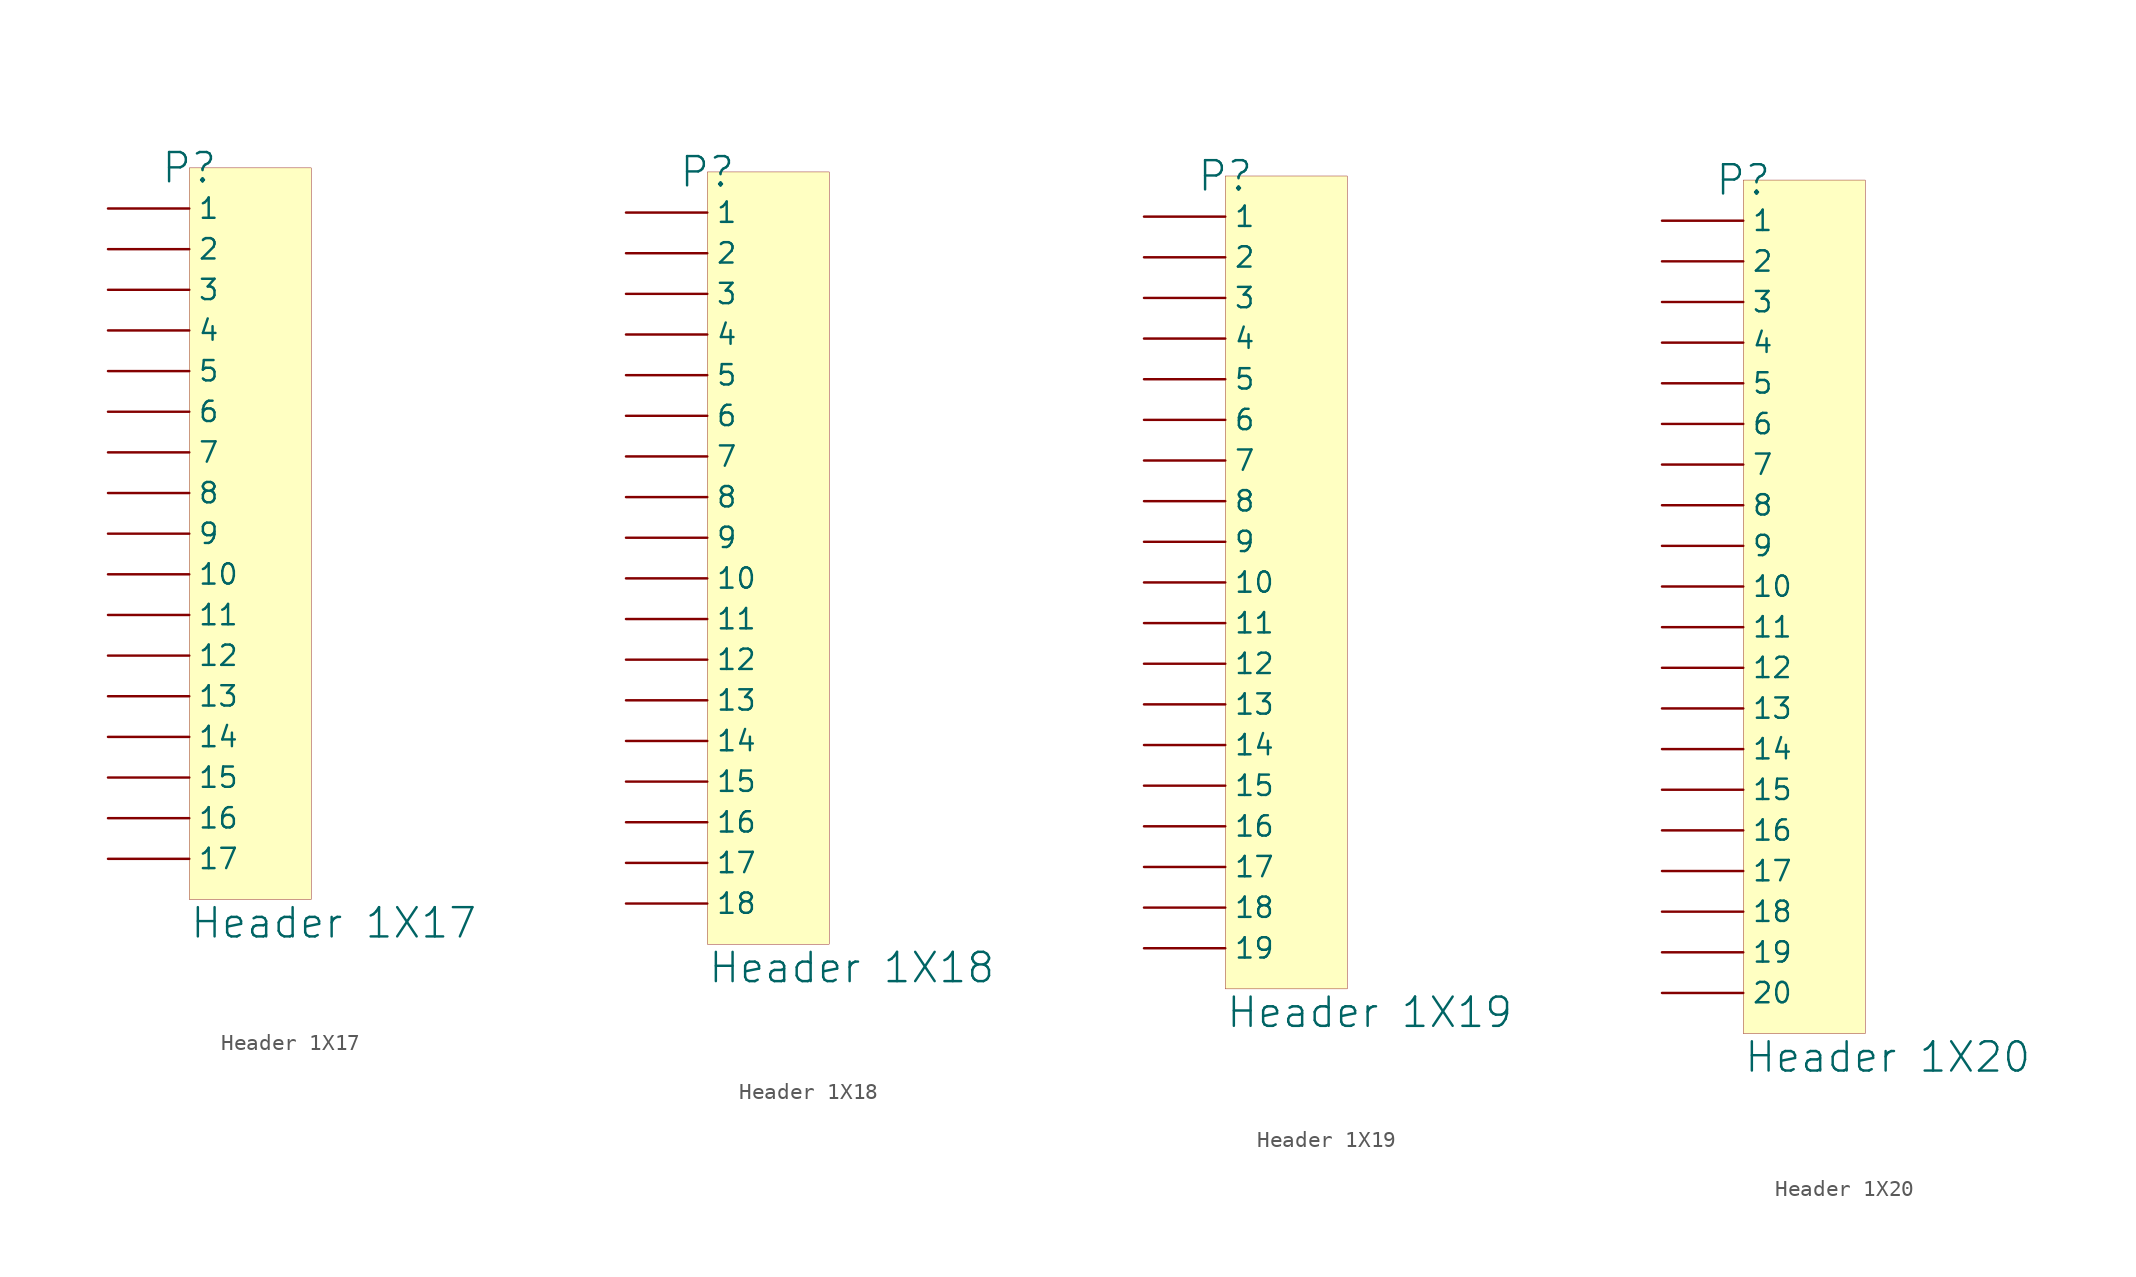
<source format=kicad_sym>
(kicad_symbol_lib
  (version 20241209)
  (generator "kicad_symbol_editor")
  (generator_version "9.0")
  (symbol "Header 1X17"
    (pin_numbers
      (hide yes))
    (property "Reference" "P"
      (at 0 0 0)
      (effects (font (size 1.829 1.829))))
    (property "Value" "Header 1X17"
      (at 0 -48.26 0)
      (effects (font (size 1.829 1.829)) (justify left bottom)))
    (symbol "Header 1X17_1_0"
      (rectangle (start 7.62 0) (end 0 -45.72) (stroke (width 0.025) (type solid) (color 128 0 0 1)) (fill (type background)))
      (pin passive line (at -5.08 -2.54 0) (length 5.08) (name "1" (effects (font (size 1.27 1.27)))) (number "1" (effects (font (size 1.27 1.27)))))
      (pin passive line (at -5.08 -5.08 0) (length 5.08) (name "2" (effects (font (size 1.27 1.27)))) (number "2" (effects (font (size 1.27 1.27)))))
      (pin passive line (at -5.08 -7.62 0) (length 5.08) (name "3" (effects (font (size 1.27 1.27)))) (number "3" (effects (font (size 1.27 1.27)))))
      (pin passive line (at -5.08 -10.16 0) (length 5.08) (name "4" (effects (font (size 1.27 1.27)))) (number "4" (effects (font (size 1.27 1.27)))))
      (pin passive line (at -5.08 -12.7 0) (length 5.08) (name "5" (effects (font (size 1.27 1.27)))) (number "5" (effects (font (size 1.27 1.27)))))
      (pin passive line (at -5.08 -15.24 0) (length 5.08) (name "6" (effects (font (size 1.27 1.27)))) (number "6" (effects (font (size 1.27 1.27)))))
      (pin passive line (at -5.08 -17.78 0) (length 5.08) (name "7" (effects (font (size 1.27 1.27)))) (number "7" (effects (font (size 1.27 1.27)))))
      (pin passive line (at -5.08 -20.32 0) (length 5.08) (name "8" (effects (font (size 1.27 1.27)))) (number "8" (effects (font (size 1.27 1.27)))))
      (pin passive line (at -5.08 -22.86 0) (length 5.08) (name "9" (effects (font (size 1.27 1.27)))) (number "9" (effects (font (size 1.27 1.27)))))
      (pin passive line (at -5.08 -25.4 0) (length 5.08) (name "10" (effects (font (size 1.27 1.27)))) (number "10" (effects (font (size 1.27 1.27)))))
      (pin passive line (at -5.08 -27.94 0) (length 5.08) (name "11" (effects (font (size 1.27 1.27)))) (number "11" (effects (font (size 1.27 1.27)))))
      (pin passive line (at -5.08 -30.48 0) (length 5.08) (name "12" (effects (font (size 1.27 1.27)))) (number "12" (effects (font (size 1.27 1.27)))))
      (pin passive line (at -5.08 -33.02 0) (length 5.08) (name "13" (effects (font (size 1.27 1.27)))) (number "13" (effects (font (size 1.27 1.27)))))
      (pin passive line (at -5.08 -35.56 0) (length 5.08) (name "14" (effects (font (size 1.27 1.27)))) (number "14" (effects (font (size 1.27 1.27)))))
      (pin passive line (at -5.08 -38.1 0) (length 5.08) (name "15" (effects (font (size 1.27 1.27)))) (number "15" (effects (font (size 1.27 1.27)))))
      (pin passive line (at -5.08 -40.64 0) (length 5.08) (name "16" (effects (font (size 1.27 1.27)))) (number "16" (effects (font (size 1.27 1.27)))))
      (pin passive line (at -5.08 -43.18 0) (length 5.08) (name "17" (effects (font (size 1.27 1.27)))) (number "17" (effects (font (size 1.27 1.27)))))))
  (symbol "Header 1X18"
    (pin_numbers
      (hide yes))
    (property "Reference" "P"
      (at 0 0 0)
      (effects (font (size 1.829 1.829))))
    (property "Value" "Header 1X18"
      (at 0 -50.8 0)
      (effects (font (size 1.829 1.829)) (justify left bottom)))
    (symbol "Header 1X18_1_0"
      (rectangle (start 7.62 0) (end 0 -48.26) (stroke (width 0.025) (type solid) (color 128 0 0 1)) (fill (type background)))
      (pin passive line (at -5.08 -2.54 0) (length 5.08) (name "1" (effects (font (size 1.27 1.27)))) (number "1" (effects (font (size 1.27 1.27)))))
      (pin passive line (at -5.08 -5.08 0) (length 5.08) (name "2" (effects (font (size 1.27 1.27)))) (number "2" (effects (font (size 1.27 1.27)))))
      (pin passive line (at -5.08 -7.62 0) (length 5.08) (name "3" (effects (font (size 1.27 1.27)))) (number "3" (effects (font (size 1.27 1.27)))))
      (pin passive line (at -5.08 -10.16 0) (length 5.08) (name "4" (effects (font (size 1.27 1.27)))) (number "4" (effects (font (size 1.27 1.27)))))
      (pin passive line (at -5.08 -12.7 0) (length 5.08) (name "5" (effects (font (size 1.27 1.27)))) (number "5" (effects (font (size 1.27 1.27)))))
      (pin passive line (at -5.08 -15.24 0) (length 5.08) (name "6" (effects (font (size 1.27 1.27)))) (number "6" (effects (font (size 1.27 1.27)))))
      (pin passive line (at -5.08 -17.78 0) (length 5.08) (name "7" (effects (font (size 1.27 1.27)))) (number "7" (effects (font (size 1.27 1.27)))))
      (pin passive line (at -5.08 -20.32 0) (length 5.08) (name "8" (effects (font (size 1.27 1.27)))) (number "8" (effects (font (size 1.27 1.27)))))
      (pin passive line (at -5.08 -22.86 0) (length 5.08) (name "9" (effects (font (size 1.27 1.27)))) (number "9" (effects (font (size 1.27 1.27)))))
      (pin passive line (at -5.08 -25.4 0) (length 5.08) (name "10" (effects (font (size 1.27 1.27)))) (number "10" (effects (font (size 1.27 1.27)))))
      (pin passive line (at -5.08 -27.94 0) (length 5.08) (name "11" (effects (font (size 1.27 1.27)))) (number "11" (effects (font (size 1.27 1.27)))))
      (pin passive line (at -5.08 -30.48 0) (length 5.08) (name "12" (effects (font (size 1.27 1.27)))) (number "12" (effects (font (size 1.27 1.27)))))
      (pin passive line (at -5.08 -33.02 0) (length 5.08) (name "13" (effects (font (size 1.27 1.27)))) (number "13" (effects (font (size 1.27 1.27)))))
      (pin passive line (at -5.08 -35.56 0) (length 5.08) (name "14" (effects (font (size 1.27 1.27)))) (number "14" (effects (font (size 1.27 1.27)))))
      (pin passive line (at -5.08 -38.1 0) (length 5.08) (name "15" (effects (font (size 1.27 1.27)))) (number "15" (effects (font (size 1.27 1.27)))))
      (pin passive line (at -5.08 -40.64 0) (length 5.08) (name "16" (effects (font (size 1.27 1.27)))) (number "16" (effects (font (size 1.27 1.27)))))
      (pin passive line (at -5.08 -43.18 0) (length 5.08) (name "17" (effects (font (size 1.27 1.27)))) (number "17" (effects (font (size 1.27 1.27)))))
      (pin passive line (at -5.08 -45.72 0) (length 5.08) (name "18" (effects (font (size 1.27 1.27)))) (number "18" (effects (font (size 1.27 1.27)))))))
  (symbol "Header 1X19"
    (pin_numbers
      (hide yes))
    (property "Reference" "P"
      (at 0 0 0)
      (effects (font (size 1.829 1.829))))
    (property "Value" "Header 1X19"
      (at 0 -53.34 0)
      (effects (font (size 1.829 1.829)) (justify left bottom)))
    (symbol "Header 1X19_1_0"
      (rectangle (start 7.62 0) (end 0 -50.8) (stroke (width 0.025) (type solid) (color 128 0 0 1)) (fill (type background)))
      (pin passive line (at -5.08 -2.54 0) (length 5.08) (name "1" (effects (font (size 1.27 1.27)))) (number "1" (effects (font (size 1.27 1.27)))))
      (pin passive line (at -5.08 -5.08 0) (length 5.08) (name "2" (effects (font (size 1.27 1.27)))) (number "2" (effects (font (size 1.27 1.27)))))
      (pin passive line (at -5.08 -7.62 0) (length 5.08) (name "3" (effects (font (size 1.27 1.27)))) (number "3" (effects (font (size 1.27 1.27)))))
      (pin passive line (at -5.08 -10.16 0) (length 5.08) (name "4" (effects (font (size 1.27 1.27)))) (number "4" (effects (font (size 1.27 1.27)))))
      (pin passive line (at -5.08 -12.7 0) (length 5.08) (name "5" (effects (font (size 1.27 1.27)))) (number "5" (effects (font (size 1.27 1.27)))))
      (pin passive line (at -5.08 -15.24 0) (length 5.08) (name "6" (effects (font (size 1.27 1.27)))) (number "6" (effects (font (size 1.27 1.27)))))
      (pin passive line (at -5.08 -17.78 0) (length 5.08) (name "7" (effects (font (size 1.27 1.27)))) (number "7" (effects (font (size 1.27 1.27)))))
      (pin passive line (at -5.08 -20.32 0) (length 5.08) (name "8" (effects (font (size 1.27 1.27)))) (number "8" (effects (font (size 1.27 1.27)))))
      (pin passive line (at -5.08 -22.86 0) (length 5.08) (name "9" (effects (font (size 1.27 1.27)))) (number "9" (effects (font (size 1.27 1.27)))))
      (pin passive line (at -5.08 -25.4 0) (length 5.08) (name "10" (effects (font (size 1.27 1.27)))) (number "10" (effects (font (size 1.27 1.27)))))
      (pin passive line (at -5.08 -27.94 0) (length 5.08) (name "11" (effects (font (size 1.27 1.27)))) (number "11" (effects (font (size 1.27 1.27)))))
      (pin passive line (at -5.08 -30.48 0) (length 5.08) (name "12" (effects (font (size 1.27 1.27)))) (number "12" (effects (font (size 1.27 1.27)))))
      (pin passive line (at -5.08 -33.02 0) (length 5.08) (name "13" (effects (font (size 1.27 1.27)))) (number "13" (effects (font (size 1.27 1.27)))))
      (pin passive line (at -5.08 -35.56 0) (length 5.08) (name "14" (effects (font (size 1.27 1.27)))) (number "14" (effects (font (size 1.27 1.27)))))
      (pin passive line (at -5.08 -38.1 0) (length 5.08) (name "15" (effects (font (size 1.27 1.27)))) (number "15" (effects (font (size 1.27 1.27)))))
      (pin passive line (at -5.08 -40.64 0) (length 5.08) (name "16" (effects (font (size 1.27 1.27)))) (number "16" (effects (font (size 1.27 1.27)))))
      (pin passive line (at -5.08 -43.18 0) (length 5.08) (name "17" (effects (font (size 1.27 1.27)))) (number "17" (effects (font (size 1.27 1.27)))))
      (pin passive line (at -5.08 -45.72 0) (length 5.08) (name "18" (effects (font (size 1.27 1.27)))) (number "18" (effects (font (size 1.27 1.27)))))
      (pin passive line (at -5.08 -48.26 0) (length 5.08) (name "19" (effects (font (size 1.27 1.27)))) (number "19" (effects (font (size 1.27 1.27)))))))
  (symbol "Header 1X20"
    (pin_numbers
      (hide yes))
    (property "Reference" "P"
      (at 0 0 0)
      (effects (font (size 1.829 1.829))))
    (property "Value" "Header 1X20"
      (at 0 -55.88 0)
      (effects (font (size 1.829 1.829)) (justify left bottom)))
    (symbol "Header 1X20_1_0"
      (rectangle (start 7.62 0) (end 0 -53.34) (stroke (width 0.025) (type solid) (color 128 0 0 1)) (fill (type background)))
      (pin passive line (at -5.08 -2.54 0) (length 5.08) (name "1" (effects (font (size 1.27 1.27)))) (number "1" (effects (font (size 1.27 1.27)))))
      (pin passive line (at -5.08 -5.08 0) (length 5.08) (name "2" (effects (font (size 1.27 1.27)))) (number "2" (effects (font (size 1.27 1.27)))))
      (pin passive line (at -5.08 -7.62 0) (length 5.08) (name "3" (effects (font (size 1.27 1.27)))) (number "3" (effects (font (size 1.27 1.27)))))
      (pin passive line (at -5.08 -10.16 0) (length 5.08) (name "4" (effects (font (size 1.27 1.27)))) (number "4" (effects (font (size 1.27 1.27)))))
      (pin passive line (at -5.08 -12.7 0) (length 5.08) (name "5" (effects (font (size 1.27 1.27)))) (number "5" (effects (font (size 1.27 1.27)))))
      (pin passive line (at -5.08 -15.24 0) (length 5.08) (name "6" (effects (font (size 1.27 1.27)))) (number "6" (effects (font (size 1.27 1.27)))))
      (pin passive line (at -5.08 -17.78 0) (length 5.08) (name "7" (effects (font (size 1.27 1.27)))) (number "7" (effects (font (size 1.27 1.27)))))
      (pin passive line (at -5.08 -20.32 0) (length 5.08) (name "8" (effects (font (size 1.27 1.27)))) (number "8" (effects (font (size 1.27 1.27)))))
      (pin passive line (at -5.08 -22.86 0) (length 5.08) (name "9" (effects (font (size 1.27 1.27)))) (number "9" (effects (font (size 1.27 1.27)))))
      (pin passive line (at -5.08 -25.4 0) (length 5.08) (name "10" (effects (font (size 1.27 1.27)))) (number "10" (effects (font (size 1.27 1.27)))))
      (pin passive line (at -5.08 -27.94 0) (length 5.08) (name "11" (effects (font (size 1.27 1.27)))) (number "11" (effects (font (size 1.27 1.27)))))
      (pin passive line (at -5.08 -30.48 0) (length 5.08) (name "12" (effects (font (size 1.27 1.27)))) (number "12" (effects (font (size 1.27 1.27)))))
      (pin passive line (at -5.08 -33.02 0) (length 5.08) (name "13" (effects (font (size 1.27 1.27)))) (number "13" (effects (font (size 1.27 1.27)))))
      (pin passive line (at -5.08 -35.56 0) (length 5.08) (name "14" (effects (font (size 1.27 1.27)))) (number "14" (effects (font (size 1.27 1.27)))))
      (pin passive line (at -5.08 -38.1 0) (length 5.08) (name "15" (effects (font (size 1.27 1.27)))) (number "15" (effects (font (size 1.27 1.27)))))
      (pin passive line (at -5.08 -40.64 0) (length 5.08) (name "16" (effects (font (size 1.27 1.27)))) (number "16" (effects (font (size 1.27 1.27)))))
      (pin passive line (at -5.08 -43.18 0) (length 5.08) (name "17" (effects (font (size 1.27 1.27)))) (number "17" (effects (font (size 1.27 1.27)))))
      (pin passive line (at -5.08 -45.72 0) (length 5.08) (name "18" (effects (font (size 1.27 1.27)))) (number "18" (effects (font (size 1.27 1.27)))))
      (pin passive line (at -5.08 -48.26 0) (length 5.08) (name "19" (effects (font (size 1.27 1.27)))) (number "19" (effects (font (size 1.27 1.27)))))
      (pin passive line (at -5.08 -50.8 0) (length 5.08) (name "20" (effects (font (size 1.27 1.27)))) (number "20" (effects (font (size 1.27 1.27))))))))
</source>
